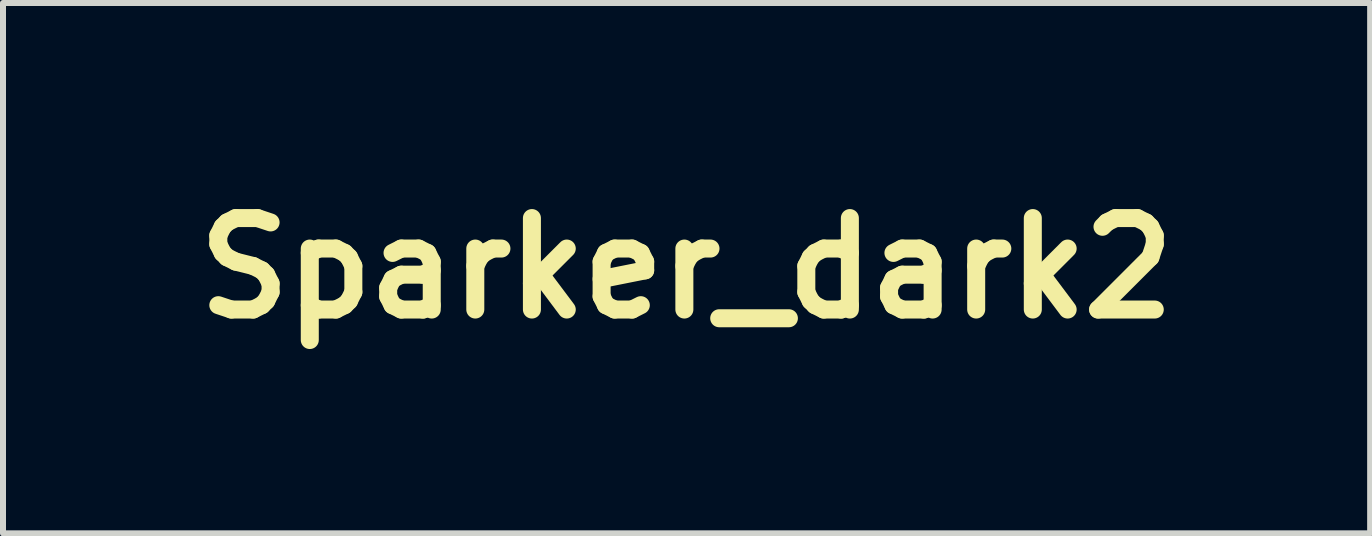
<source format=kicad_pcb>
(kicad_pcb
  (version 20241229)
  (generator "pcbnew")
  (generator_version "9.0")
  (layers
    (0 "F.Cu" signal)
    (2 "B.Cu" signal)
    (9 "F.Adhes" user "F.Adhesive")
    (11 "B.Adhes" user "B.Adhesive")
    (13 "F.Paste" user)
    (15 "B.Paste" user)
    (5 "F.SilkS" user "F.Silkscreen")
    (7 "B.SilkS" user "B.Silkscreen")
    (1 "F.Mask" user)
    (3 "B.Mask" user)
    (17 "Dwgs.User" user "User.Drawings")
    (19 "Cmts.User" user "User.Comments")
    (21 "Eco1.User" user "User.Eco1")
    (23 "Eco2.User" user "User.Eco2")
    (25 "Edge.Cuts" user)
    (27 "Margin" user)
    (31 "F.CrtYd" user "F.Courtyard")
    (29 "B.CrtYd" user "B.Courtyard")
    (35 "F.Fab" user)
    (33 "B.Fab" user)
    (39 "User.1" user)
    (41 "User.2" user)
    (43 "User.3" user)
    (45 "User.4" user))
  (footprint "Sparker_dark2"
    (layer "F.Cu")
    (at 8.389 1.418)
    (property "Reference" "Sparker_dark2" (at 0 0 0) (layer "F.SilkS") (effects (font (size 1.524 1.524) (thickness 0.3))))
    (attr through_hole)
    (fp_poly (pts (xy -0.635 -0.334) (xy -0.332 -0.331) (xy -0.176 -0.318) (xy -0.144 -0.29) (xy -0.213 -0.237) (xy -0.254 -0.214) (xy -0.473 -0.14) (xy -0.645 -0.139) (xy -0.766 -0.138) (xy -0.863 -0.046) (xy -0.97 0.172) (xy -0.984 0.205) (xy -1.112 0.46) (xy -1.24 0.577) (xy -1.319 0.592) (xy -1.485 0.572) (xy -1.544 0.544) (xy -1.54 0.447) (xy -1.478 0.247) (xy -1.41 0.081) (xy -1.228 -0.335) (xy -0.635 -0.334)) (stroke (width 0.01) (type solid)) (fill no) (layer "Eco2.User"))
    (fp_poly (pts (xy 3.326 -0.324) (xy 3.449 -0.274) (xy 3.471 -0.21) (xy 3.423 -0.121) (xy 3.271 -0.132) (xy 3.141 -0.142) (xy 3.046 -0.071) (xy 2.949 0.116) (xy 2.911 0.205) (xy 2.782 0.46) (xy 2.655 0.577) (xy 2.575 0.592) (xy 2.41 0.572) (xy 2.351 0.544) (xy 2.355 0.447) (xy 2.417 0.247) (xy 2.485 0.081) (xy 2.597 -0.159) (xy 2.696 -0.283) (xy 2.837 -0.329) (xy 3.069 -0.337) (xy 3.326 -0.324)) (stroke (width 0.01) (type solid)) (fill no) (layer "Eco2.User"))
    (fp_poly (pts (xy -3.058 -0.327) (xy -2.863 -0.296) (xy -2.794 -0.256) (xy -2.829 -0.137) (xy -2.917 0.074) (xy -2.98 0.209) (xy -3.103 0.439) (xy -3.215 0.552) (xy -3.37 0.59) (xy -3.485 0.593) (xy -3.739 0.626) (xy -3.881 0.739) (xy -3.895 0.762) (xy -4.008 0.866) (xy -4.173 0.927) (xy -4.326 0.931) (xy -4.402 0.868) (xy -4.403 0.856) (xy -4.369 0.747) (xy -4.28 0.531) (xy -4.223 0.402) (xy -3.707 0.402) (xy -3.651 0.421) (xy -3.55 0.345) (xy -3.439 0.188) (xy -3.431 0.174) (xy -3.331 -0.036) (xy -3.314 -0.137) (xy -3.379 -0.168) (xy -3.419 -0.169) (xy -3.539 -0.099) (xy -3.579 -0.021) (xy -3.65 0.192) (xy -3.682 0.275) (xy -3.707 0.402) (xy -4.223 0.402) (xy -4.155 0.251) (xy -4.141 0.221) (xy -3.879 -0.339) (xy -3.336 -0.339) (xy -3.058 -0.327)) (stroke (width 0.01) (type solid)) (fill no) (layer "Eco2.User"))
    (fp_poly (pts (xy 2.186 -0.332) (xy 2.384 -0.315) (xy 2.455 -0.292) (xy 2.42 -0.192) (xy 2.335 -0.012) (xy 2.326 0.004) (xy 2.211 0.172) (xy 2.055 0.243) (xy 1.865 0.254) (xy 1.641 0.274) (xy 1.497 0.323) (xy 1.482 0.339) (xy 1.52 0.394) (xy 1.699 0.422) (xy 1.773 0.423) (xy 1.987 0.442) (xy 2.107 0.488) (xy 2.117 0.508) (xy 2.041 0.548) (xy 1.85 0.576) (xy 1.596 0.591) (xy 1.333 0.592) (xy 1.115 0.576) (xy 0.995 0.543) (xy 0.992 0.54) (xy 0.998 0.442) (xy 1.068 0.245) (xy 1.148 0.074) (xy 1.207 -0.042) (xy 1.663 -0.042) (xy 1.674 0.067) (xy 1.729 0.085) (xy 1.858 0.016) (xy 1.893 -0.042) (xy 1.882 -0.152) (xy 1.827 -0.169) (xy 1.698 -0.101) (xy 1.663 -0.042) (xy 1.207 -0.042) (xy 1.358 -0.339) (xy 1.906 -0.339) (xy 2.186 -0.332)) (stroke (width 0.01) (type solid)) (fill no) (layer "Eco2.User"))
    (fp_poly (pts (xy -1.703 -0.33) (xy -1.514 -0.306) (xy -1.453 -0.272) (xy -1.501 -0.161) (xy -1.59 0.048) (xy -1.651 0.193) (xy -1.82 0.592) (xy -2.335 0.592) (xy -2.616 0.585) (xy -2.823 0.565) (xy -2.901 0.542) (xy -2.908 0.436) (xy -2.876 0.339) (xy -2.413 0.339) (xy -2.394 0.411) (xy -2.333 0.423) (xy -2.217 0.379) (xy -2.201 0.339) (xy -2.262 0.256) (xy -2.281 0.254) (xy -2.396 0.316) (xy -2.413 0.339) (xy -2.876 0.339) (xy -2.859 0.288) (xy -2.767 0.154) (xy -2.613 0.095) (xy -2.408 0.085) (xy -2.128 0.054) (xy -2.002 -0.041) (xy -2.001 -0.042) (xy -2.014 -0.152) (xy -2.077 -0.169) (xy -2.188 -0.123) (xy -2.201 -0.085) (xy -2.275 -0.025) (xy -2.453 -0.00002) (xy -2.458 0) (xy -2.631 -0.012) (xy -2.667 -0.072) (xy -2.625 -0.169) (xy -2.548 -0.263) (xy -2.417 -0.315) (xy -2.187 -0.336) (xy -1.98 -0.339) (xy -1.703 -0.33)) (stroke (width 0.01) (type solid)) (fill no) (layer "Eco2.User"))
    (fp_poly (pts (xy -4.335 -0.336) (xy -4.17 -0.319) (xy -4.112 -0.279) (xy -4.131 -0.205) (xy -4.149 -0.169) (xy -4.264 -0.063) (xy -4.429 -0.004) (xy -4.582 -0.004) (xy -4.656 -0.074) (xy -4.657 -0.085) (xy -4.725 -0.16) (xy -4.784 -0.169) (xy -4.896 -0.102) (xy -4.911 -0.042) (xy -4.846 0.052) (xy -4.641 0.084) (xy -4.614 0.085) (xy -4.403 0.091) (xy -4.332 0.141) (xy -4.371 0.276) (xy -4.416 0.377) (xy -4.485 0.495) (xy -4.586 0.56) (xy -4.764 0.587) (xy -5.051 0.593) (xy -5.351 0.585) (xy -5.516 0.556) (xy -5.582 0.497) (xy -5.588 0.455) (xy -5.557 0.368) (xy -5.435 0.344) (xy -5.249 0.362) (xy -5.025 0.373) (xy -4.881 0.346) (xy -4.863 0.331) (xy -4.907 0.283) (xy -5.074 0.256) (xy -5.158 0.254) (xy -5.501 0.254) (xy -5.359 -0.042) (xy -5.279 -0.198) (xy -5.193 -0.287) (xy -5.055 -0.327) (xy -4.818 -0.338) (xy -4.638 -0.339) (xy -4.335 -0.336)) (stroke (width 0.01) (type solid)) (fill no) (layer "Eco2.User"))
    (fp_poly (pts (xy 0.602 -0.746) (xy 0.63 -0.665) (xy 0.591 -0.545) (xy 0.493 -0.314) (xy 0.42 -0.164) (xy 0.378 -0.027) (xy 0.417 0) (xy 0.52 -0.066) (xy 0.593 -0.169) (xy 0.707 -0.283) (xy 0.862 -0.34) (xy 1.004 -0.336) (xy 1.076 -0.267) (xy 1.067 -0.205) (xy 1.023 -0.07) (xy 1.016 -0.035) (xy 0.946 -0.005) (xy 0.872 0) (xy 0.78 0.025) (xy 0.823 0.095) (xy 0.882 0.251) (xy 0.819 0.419) (xy 0.666 0.55) (xy 0.491 0.593) (xy 0.327 0.579) (xy 0.298 0.513) (xy 0.336 0.429) (xy 0.415 0.25) (xy 0.395 0.176) (xy 0.352 0.169) (xy 0.269 0.238) (xy 0.185 0.381) (xy 0.06 0.528) (xy -0.106 0.597) (xy -0.249 0.566) (xy -0.281 0.529) (xy -0.267 0.427) (xy -0.197 0.212) (xy -0.084 -0.073) (xy -0.053 -0.147) (xy 0.087 -0.458) (xy 0.194 -0.642) (xy 0.292 -0.732) (xy 0.407 -0.76) (xy 0.442 -0.761) (xy 0.602 -0.746)) (stroke (width 0.01) (type solid)) (fill no) (layer "Eco2.User")))
  (gr_rect
    (start -3 -3)
    (end 19.779 5.836)
    (stroke (width 0.1) (type default))
    (fill no)
    (layer "Edge.Cuts")))
</source>
